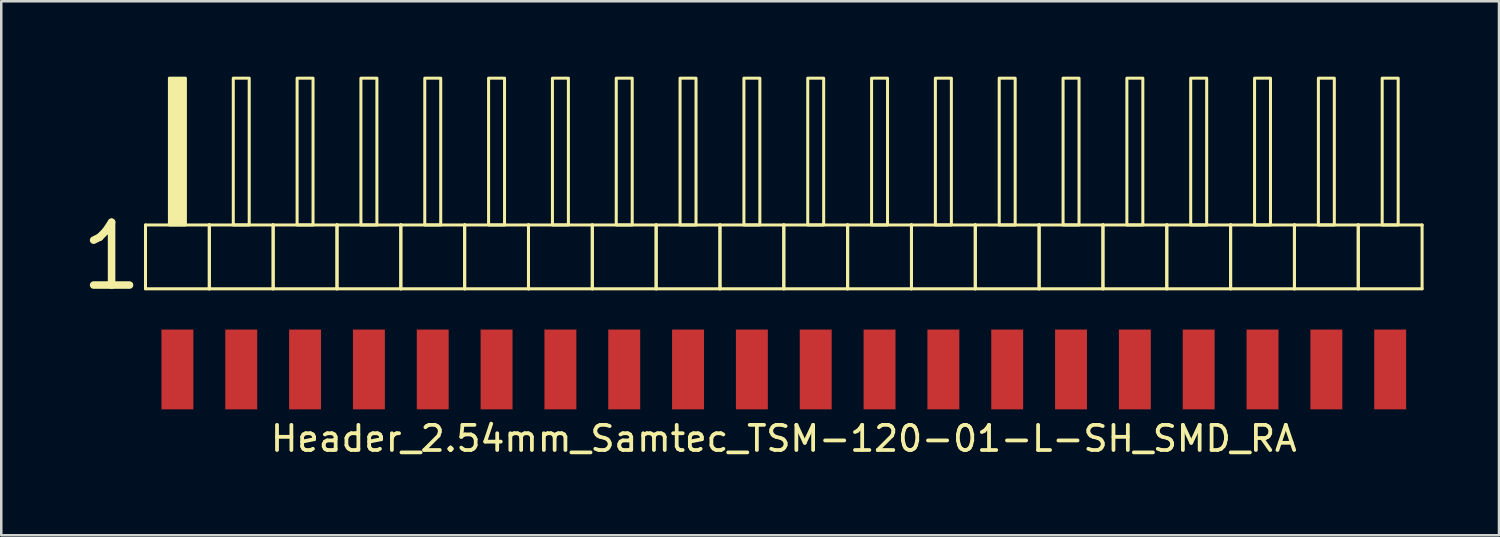
<source format=kicad_pcb>
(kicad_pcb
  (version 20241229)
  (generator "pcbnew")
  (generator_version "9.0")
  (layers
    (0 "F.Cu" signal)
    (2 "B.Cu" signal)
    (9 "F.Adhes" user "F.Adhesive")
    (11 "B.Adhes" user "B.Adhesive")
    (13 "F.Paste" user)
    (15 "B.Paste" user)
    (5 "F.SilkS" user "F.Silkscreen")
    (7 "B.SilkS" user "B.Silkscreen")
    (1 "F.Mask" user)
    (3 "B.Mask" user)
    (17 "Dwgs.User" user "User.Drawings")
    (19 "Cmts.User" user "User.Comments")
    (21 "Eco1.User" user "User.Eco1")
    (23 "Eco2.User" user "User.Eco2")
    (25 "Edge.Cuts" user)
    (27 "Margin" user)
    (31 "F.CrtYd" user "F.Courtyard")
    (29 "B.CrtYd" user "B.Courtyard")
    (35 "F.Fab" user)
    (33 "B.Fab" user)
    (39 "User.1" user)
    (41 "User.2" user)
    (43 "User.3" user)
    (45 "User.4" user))
  (footprint "Header_2.54mm_Samtec_TSM-120-01-L-SH_SMD_RA"
    (layer "F.Cu")
    (at 28.14 11.652)
    (property "Reference" "Header_2.54mm_Samtec_TSM-120-01-L-SH_SMD_RA" (at 0 2.75 0) (unlocked yes) (layer "F.SilkS") (effects (font (size 1 1) (thickness 0.15))))
    (fp_line (start -25.4 -5.75) (end -22.86 -5.75) (stroke (width 0.12) (type solid)) (layer "F.SilkS"))
    (fp_line (start -25.4 -3.21) (end -25.4 -5.75) (stroke (width 0.12) (type solid)) (layer "F.SilkS"))
    (fp_line (start -22.86 -5.75) (end -22.86 -3.21) (stroke (width 0.12) (type solid)) (layer "F.SilkS"))
    (fp_line (start -22.86 -5.75) (end -20.32 -5.75) (stroke (width 0.12) (type solid)) (layer "F.SilkS"))
    (fp_line (start -22.86 -3.21) (end -25.4 -3.21) (stroke (width 0.12) (type solid)) (layer "F.SilkS"))
    (fp_line (start -22.86 -3.21) (end -22.86 -5.75) (stroke (width 0.12) (type solid)) (layer "F.SilkS"))
    (fp_line (start -20.32 -5.75) (end -20.32 -3.21) (stroke (width 0.12) (type solid)) (layer "F.SilkS"))
    (fp_line (start -20.32 -5.75) (end -17.78 -5.75) (stroke (width 0.12) (type solid)) (layer "F.SilkS"))
    (fp_line (start -20.32 -3.21) (end -22.86 -3.21) (stroke (width 0.12) (type solid)) (layer "F.SilkS"))
    (fp_line (start -20.32 -3.21) (end -20.32 -5.75) (stroke (width 0.12) (type solid)) (layer "F.SilkS"))
    (fp_line (start -17.78 -5.75) (end -17.78 -3.21) (stroke (width 0.12) (type solid)) (layer "F.SilkS"))
    (fp_line (start -17.78 -5.75) (end -15.24 -5.75) (stroke (width 0.12) (type solid)) (layer "F.SilkS"))
    (fp_line (start -17.78 -3.21) (end -20.32 -3.21) (stroke (width 0.12) (type solid)) (layer "F.SilkS"))
    (fp_line (start -17.78 -3.21) (end -17.78 -5.75) (stroke (width 0.12) (type solid)) (layer "F.SilkS"))
    (fp_line (start -15.24 -5.75) (end -15.24 -3.21) (stroke (width 0.12) (type solid)) (layer "F.SilkS"))
    (fp_line (start -15.24 -5.75) (end -12.7 -5.75) (stroke (width 0.12) (type solid)) (layer "F.SilkS"))
    (fp_line (start -15.24 -3.21) (end -17.78 -3.21) (stroke (width 0.12) (type solid)) (layer "F.SilkS"))
    (fp_line (start -15.24 -3.21) (end -15.24 -5.75) (stroke (width 0.12) (type solid)) (layer "F.SilkS"))
    (fp_line (start -12.7 -5.75) (end -12.7 -3.21) (stroke (width 0.12) (type solid)) (layer "F.SilkS"))
    (fp_line (start -12.7 -5.75) (end -10.16 -5.75) (stroke (width 0.12) (type solid)) (layer "F.SilkS"))
    (fp_line (start -12.7 -3.21) (end -15.24 -3.21) (stroke (width 0.12) (type solid)) (layer "F.SilkS"))
    (fp_line (start -12.7 -3.21) (end -12.7 -5.75) (stroke (width 0.12) (type solid)) (layer "F.SilkS"))
    (fp_line (start -10.16 -5.75) (end -10.16 -3.21) (stroke (width 0.12) (type solid)) (layer "F.SilkS"))
    (fp_line (start -10.16 -5.75) (end -7.62 -5.75) (stroke (width 0.12) (type solid)) (layer "F.SilkS"))
    (fp_line (start -10.16 -3.21) (end -12.7 -3.21) (stroke (width 0.12) (type solid)) (layer "F.SilkS"))
    (fp_line (start -10.16 -3.21) (end -10.16 -5.75) (stroke (width 0.12) (type solid)) (layer "F.SilkS"))
    (fp_line (start -7.62 -5.75) (end -7.62 -3.21) (stroke (width 0.12) (type solid)) (layer "F.SilkS"))
    (fp_line (start -7.62 -5.75) (end -5.08 -5.75) (stroke (width 0.12) (type solid)) (layer "F.SilkS"))
    (fp_line (start -7.62 -3.21) (end -10.16 -3.21) (stroke (width 0.12) (type solid)) (layer "F.SilkS"))
    (fp_line (start -7.62 -3.21) (end -7.62 -5.75) (stroke (width 0.12) (type solid)) (layer "F.SilkS"))
    (fp_line (start -5.08 -5.75) (end -5.08 -3.21) (stroke (width 0.12) (type solid)) (layer "F.SilkS"))
    (fp_line (start -5.08 -5.75) (end -2.54 -5.75) (stroke (width 0.12) (type solid)) (layer "F.SilkS"))
    (fp_line (start -5.08 -3.21) (end -7.62 -3.21) (stroke (width 0.12) (type solid)) (layer "F.SilkS"))
    (fp_line (start -5.08 -3.21) (end -5.08 -5.75) (stroke (width 0.12) (type solid)) (layer "F.SilkS"))
    (fp_line (start -2.54 -5.75) (end -2.54 -3.21) (stroke (width 0.12) (type solid)) (layer "F.SilkS"))
    (fp_line (start -2.54 -5.75) (end 0 -5.75) (stroke (width 0.12) (type solid)) (layer "F.SilkS"))
    (fp_line (start -2.54 -3.21) (end -5.08 -3.21) (stroke (width 0.12) (type solid)) (layer "F.SilkS"))
    (fp_line (start -2.54 -3.21) (end -2.54 -5.75) (stroke (width 0.12) (type solid)) (layer "F.SilkS"))
    (fp_line (start 0 -5.75) (end 0 -3.21) (stroke (width 0.12) (type solid)) (layer "F.SilkS"))
    (fp_line (start 0 -5.75) (end 2.54 -5.75) (stroke (width 0.12) (type solid)) (layer "F.SilkS"))
    (fp_line (start 0 -3.21) (end -2.54 -3.21) (stroke (width 0.12) (type solid)) (layer "F.SilkS"))
    (fp_line (start 0 -3.21) (end 0 -5.75) (stroke (width 0.12) (type solid)) (layer "F.SilkS"))
    (fp_line (start 2.54 -5.75) (end 2.54 -3.21) (stroke (width 0.12) (type solid)) (layer "F.SilkS"))
    (fp_line (start 2.54 -5.75) (end 5.08 -5.75) (stroke (width 0.12) (type solid)) (layer "F.SilkS"))
    (fp_line (start 2.54 -3.21) (end 0 -3.21) (stroke (width 0.12) (type solid)) (layer "F.SilkS"))
    (fp_line (start 2.54 -3.21) (end 2.54 -5.75) (stroke (width 0.12) (type solid)) (layer "F.SilkS"))
    (fp_line (start 5.08 -5.75) (end 5.08 -3.21) (stroke (width 0.12) (type solid)) (layer "F.SilkS"))
    (fp_line (start 5.08 -5.75) (end 7.62 -5.75) (stroke (width 0.12) (type solid)) (layer "F.SilkS"))
    (fp_line (start 5.08 -3.21) (end 2.54 -3.21) (stroke (width 0.12) (type solid)) (layer "F.SilkS"))
    (fp_line (start 5.08 -3.21) (end 5.08 -5.75) (stroke (width 0.12) (type solid)) (layer "F.SilkS"))
    (fp_line (start 7.62 -5.75) (end 7.62 -3.21) (stroke (width 0.12) (type solid)) (layer "F.SilkS"))
    (fp_line (start 7.62 -5.75) (end 10.16 -5.75) (stroke (width 0.12) (type solid)) (layer "F.SilkS"))
    (fp_line (start 7.62 -3.21) (end 5.08 -3.21) (stroke (width 0.12) (type solid)) (layer "F.SilkS"))
    (fp_line (start 7.62 -3.21) (end 7.62 -5.75) (stroke (width 0.12) (type solid)) (layer "F.SilkS"))
    (fp_line (start 10.16 -5.75) (end 10.16 -3.21) (stroke (width 0.12) (type solid)) (layer "F.SilkS"))
    (fp_line (start 10.16 -5.75) (end 12.7 -5.75) (stroke (width 0.12) (type solid)) (layer "F.SilkS"))
    (fp_line (start 10.16 -3.21) (end 7.62 -3.21) (stroke (width 0.12) (type solid)) (layer "F.SilkS"))
    (fp_line (start 10.16 -3.21) (end 10.16 -5.75) (stroke (width 0.12) (type solid)) (layer "F.SilkS"))
    (fp_line (start 12.7 -5.75) (end 12.7 -3.21) (stroke (width 0.12) (type solid)) (layer "F.SilkS"))
    (fp_line (start 12.7 -5.75) (end 15.24 -5.75) (stroke (width 0.12) (type solid)) (layer "F.SilkS"))
    (fp_line (start 12.7 -3.21) (end 10.16 -3.21) (stroke (width 0.12) (type solid)) (layer "F.SilkS"))
    (fp_line (start 12.7 -3.21) (end 12.7 -5.75) (stroke (width 0.12) (type solid)) (layer "F.SilkS"))
    (fp_line (start 15.24 -5.75) (end 15.24 -3.21) (stroke (width 0.12) (type solid)) (layer "F.SilkS"))
    (fp_line (start 15.24 -5.75) (end 17.78 -5.75) (stroke (width 0.12) (type solid)) (layer "F.SilkS"))
    (fp_line (start 15.24 -3.21) (end 12.7 -3.21) (stroke (width 0.12) (type solid)) (layer "F.SilkS"))
    (fp_line (start 15.24 -3.21) (end 15.24 -5.75) (stroke (width 0.12) (type solid)) (layer "F.SilkS"))
    (fp_line (start 17.78 -5.75) (end 17.78 -3.21) (stroke (width 0.12) (type solid)) (layer "F.SilkS"))
    (fp_line (start 17.78 -5.75) (end 20.32 -5.75) (stroke (width 0.12) (type solid)) (layer "F.SilkS"))
    (fp_line (start 17.78 -3.21) (end 15.24 -3.21) (stroke (width 0.12) (type solid)) (layer "F.SilkS"))
    (fp_line (start 17.78 -3.21) (end 17.78 -5.75) (stroke (width 0.12) (type solid)) (layer "F.SilkS"))
    (fp_line (start 20.32 -5.75) (end 20.32 -3.21) (stroke (width 0.12) (type solid)) (layer "F.SilkS"))
    (fp_line (start 20.32 -5.75) (end 22.86 -5.75) (stroke (width 0.12) (type solid)) (layer "F.SilkS"))
    (fp_line (start 20.32 -3.21) (end 17.78 -3.21) (stroke (width 0.12) (type solid)) (layer "F.SilkS"))
    (fp_line (start 20.32 -3.21) (end 20.32 -5.75) (stroke (width 0.12) (type solid)) (layer "F.SilkS"))
    (fp_line (start 22.86 -5.75) (end 22.86 -3.21) (stroke (width 0.12) (type solid)) (layer "F.SilkS"))
    (fp_line (start 22.86 -5.75) (end 25.4 -5.75) (stroke (width 0.12) (type solid)) (layer "F.SilkS"))
    (fp_line (start 22.86 -3.21) (end 20.32 -3.21) (stroke (width 0.12) (type solid)) (layer "F.SilkS"))
    (fp_line (start 22.86 -3.21) (end 22.86 -5.75) (stroke (width 0.12) (type solid)) (layer "F.SilkS"))
    (fp_line (start 25.4 -5.75) (end 25.4 -3.21) (stroke (width 0.12) (type solid)) (layer "F.SilkS"))
    (fp_line (start 25.4 -3.21) (end 22.86 -3.21) (stroke (width 0.12) (type solid)) (layer "F.SilkS"))
    (fp_rect (start -23.812 -5.75) (end -24.448 -11.592) (stroke (width 0.12) (type solid)) (fill yes) (layer "F.SilkS"))
    (fp_rect (start -21.273 -5.75) (end -21.907 -11.592) (stroke (width 0.12) (type solid)) (fill no) (layer "F.SilkS"))
    (fp_rect (start -18.733 -5.75) (end -19.367 -11.592) (stroke (width 0.12) (type solid)) (fill no) (layer "F.SilkS"))
    (fp_rect (start -16.192 -5.75) (end -16.828 -11.592) (stroke (width 0.12) (type solid)) (fill no) (layer "F.SilkS"))
    (fp_rect (start -13.652 -5.75) (end -14.287 -11.592) (stroke (width 0.12) (type solid)) (fill no) (layer "F.SilkS"))
    (fp_rect (start -11.113 -5.75) (end -11.748 -11.592) (stroke (width 0.12) (type solid)) (fill no) (layer "F.SilkS"))
    (fp_rect (start -8.572 -5.75) (end -9.207 -11.592) (stroke (width 0.12) (type solid)) (fill no) (layer "F.SilkS"))
    (fp_rect (start -6.032 -5.75) (end -6.668 -11.592) (stroke (width 0.12) (type solid)) (fill no) (layer "F.SilkS"))
    (fp_rect (start -3.493 -5.75) (end -4.128 -11.592) (stroke (width 0.12) (type solid)) (fill no) (layer "F.SilkS"))
    (fp_rect (start -0.953 -5.75) (end -1.587 -11.592) (stroke (width 0.12) (type solid)) (fill no) (layer "F.SilkS"))
    (fp_rect (start 1.587 -5.75) (end 0.953 -11.592) (stroke (width 0.12) (type solid)) (fill no) (layer "F.SilkS"))
    (fp_rect (start 4.128 -5.75) (end 3.493 -11.592) (stroke (width 0.12) (type solid)) (fill no) (layer "F.SilkS"))
    (fp_rect (start 6.668 -5.75) (end 6.032 -11.592) (stroke (width 0.12) (type solid)) (fill no) (layer "F.SilkS"))
    (fp_rect (start 9.207 -5.75) (end 8.572 -11.592) (stroke (width 0.12) (type solid)) (fill no) (layer "F.SilkS"))
    (fp_rect (start 11.748 -5.75) (end 11.113 -11.592) (stroke (width 0.12) (type solid)) (fill no) (layer "F.SilkS"))
    (fp_rect (start 14.287 -5.75) (end 13.652 -11.592) (stroke (width 0.12) (type solid)) (fill no) (layer "F.SilkS"))
    (fp_rect (start 16.828 -5.75) (end 16.192 -11.592) (stroke (width 0.12) (type solid)) (fill no) (layer "F.SilkS"))
    (fp_rect (start 19.367 -5.75) (end 18.733 -11.592) (stroke (width 0.12) (type solid)) (fill no) (layer "F.SilkS"))
    (fp_rect (start 21.907 -5.75) (end 21.273 -11.592) (stroke (width 0.12) (type solid)) (fill no) (layer "F.SilkS"))
    (fp_rect (start 24.448 -5.75) (end 23.812 -11.592) (stroke (width 0.12) (type solid)) (fill no) (layer "F.SilkS"))
    (fp_text user "1" (at -26.75 -4.5 0) (unlocked yes) (layer "F.SilkS") (effects (font (size 2.5 2.5) (thickness 0.3))))
    (pad "1" smd rect (at -24.13 0) (size 1.27 3.175) (layers "F.Cu" "F.Mask" "F.Paste"))
    (pad "2" smd rect (at -21.59 0) (size 1.27 3.175) (layers "F.Cu" "F.Mask" "F.Paste"))
    (pad "3" smd rect (at -19.05 0) (size 1.27 3.175) (layers "F.Cu" "F.Mask" "F.Paste"))
    (pad "4" smd rect (at -16.51 0) (size 1.27 3.175) (layers "F.Cu" "F.Mask" "F.Paste"))
    (pad "5" smd rect (at -13.97 0) (size 1.27 3.175) (layers "F.Cu" "F.Mask" "F.Paste"))
    (pad "6" smd rect (at -11.43 0) (size 1.27 3.175) (layers "F.Cu" "F.Mask" "F.Paste"))
    (pad "7" smd rect (at -8.89 0) (size 1.27 3.175) (layers "F.Cu" "F.Mask" "F.Paste"))
    (pad "8" smd rect (at -6.35 0) (size 1.27 3.175) (layers "F.Cu" "F.Mask" "F.Paste"))
    (pad "9" smd rect (at -3.81 0) (size 1.27 3.175) (layers "F.Cu" "F.Mask" "F.Paste"))
    (pad "10" smd rect (at -1.27 0) (size 1.27 3.175) (layers "F.Cu" "F.Mask" "F.Paste"))
    (pad "11" smd rect (at 1.27 0) (size 1.27 3.175) (layers "F.Cu" "F.Mask" "F.Paste"))
    (pad "12" smd rect (at 3.81 0) (size 1.27 3.175) (layers "F.Cu" "F.Mask" "F.Paste"))
    (pad "13" smd rect (at 6.35 0) (size 1.27 3.175) (layers "F.Cu" "F.Mask" "F.Paste"))
    (pad "14" smd rect (at 8.89 0) (size 1.27 3.175) (layers "F.Cu" "F.Mask" "F.Paste"))
    (pad "15" smd rect (at 11.43 0) (size 1.27 3.175) (layers "F.Cu" "F.Mask" "F.Paste"))
    (pad "16" smd rect (at 13.97 0) (size 1.27 3.175) (layers "F.Cu" "F.Mask" "F.Paste"))
    (pad "17" smd rect (at 16.51 0) (size 1.27 3.175) (layers "F.Cu" "F.Mask" "F.Paste"))
    (pad "18" smd rect (at 19.05 0) (size 1.27 3.175) (layers "F.Cu" "F.Mask" "F.Paste"))
    (pad "19" smd rect (at 21.59 0) (size 1.27 3.175) (layers "F.Cu" "F.Mask" "F.Paste"))
    (pad "20" smd rect (at 24.13 0) (size 1.27 3.175) (layers "F.Cu" "F.Mask" "F.Paste")))
  (gr_rect
    (start -3 -3)
    (end 56.6 18.25)
    (stroke (width 0.1) (type default))
    (fill no)
    (layer "Edge.Cuts")))
</source>
